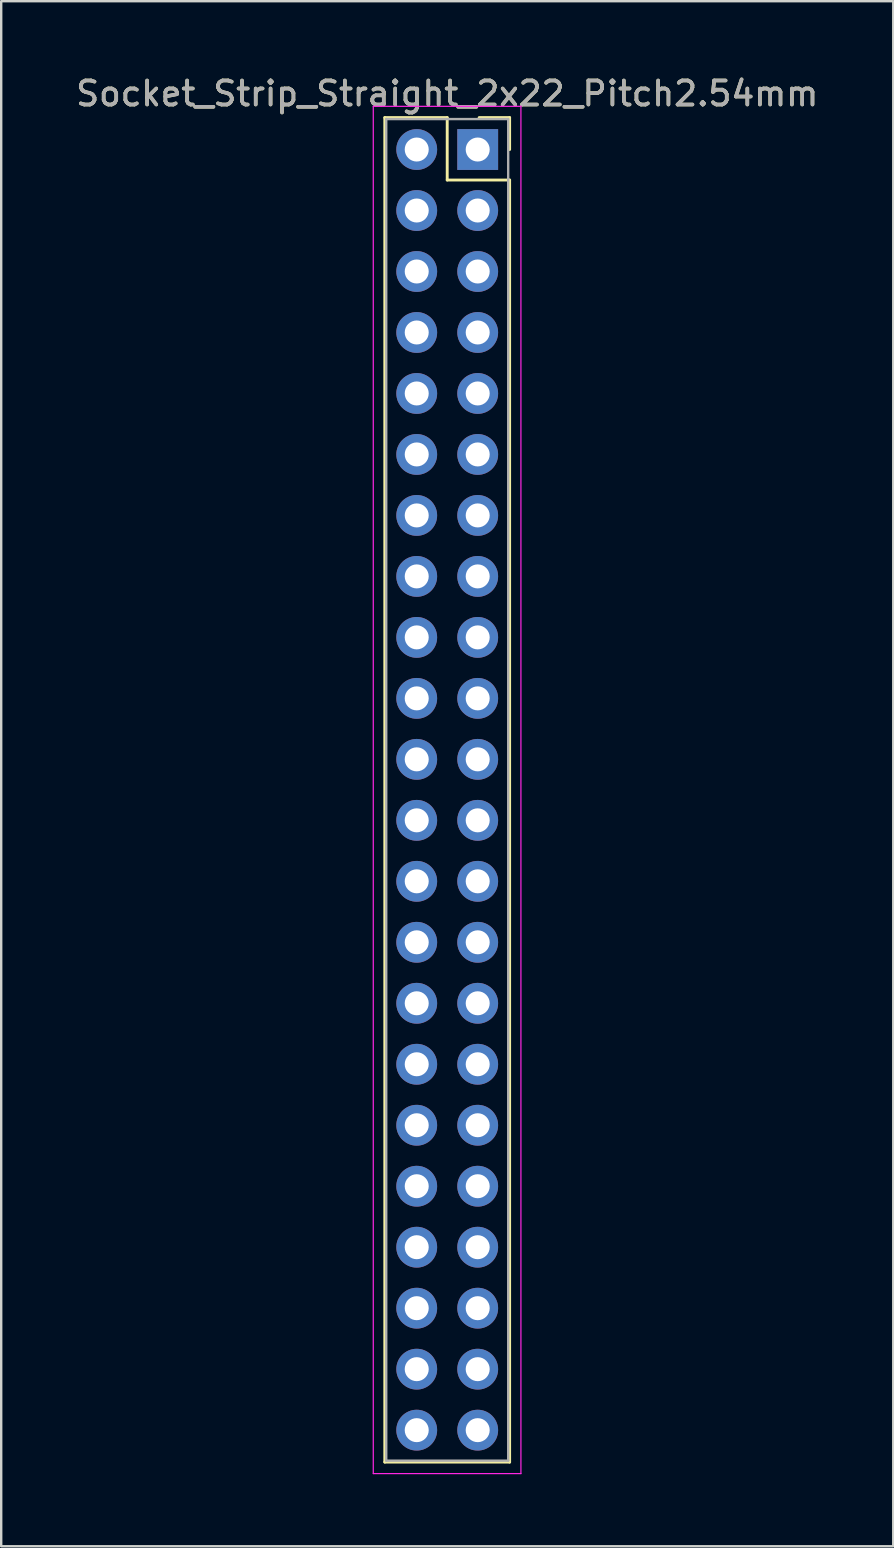
<source format=kicad_pcb>
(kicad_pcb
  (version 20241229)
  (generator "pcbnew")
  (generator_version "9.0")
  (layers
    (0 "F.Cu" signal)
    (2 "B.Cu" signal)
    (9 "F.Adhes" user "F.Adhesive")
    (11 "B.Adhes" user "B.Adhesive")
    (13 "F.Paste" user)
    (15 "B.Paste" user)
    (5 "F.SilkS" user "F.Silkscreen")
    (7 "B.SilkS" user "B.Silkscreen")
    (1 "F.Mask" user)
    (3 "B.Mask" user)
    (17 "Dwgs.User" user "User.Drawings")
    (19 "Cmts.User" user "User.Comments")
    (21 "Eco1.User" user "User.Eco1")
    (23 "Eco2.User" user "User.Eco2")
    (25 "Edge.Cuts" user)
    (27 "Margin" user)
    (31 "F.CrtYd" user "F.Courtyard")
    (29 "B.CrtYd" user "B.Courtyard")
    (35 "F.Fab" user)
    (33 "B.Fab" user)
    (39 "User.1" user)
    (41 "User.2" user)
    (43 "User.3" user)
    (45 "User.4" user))
  (footprint "Socket_Strip_Straight_2x22_Pitch2.54mm"
    (layer "F.Cu")
    (at 16.847 3.178)
    (property "Reference" "Socket_Strip_Straight_2x22_Pitch2.54mm" (at -1.27 -2.33 0) (layer "F.SilkS") (effects (font (size 1 1) (thickness 0.15))))
    (attr through_hole)
    (fp_line (start -3.87 -1.33) (end -1.27 -1.33) (stroke (width 0.12) (type solid)) (layer "F.SilkS"))
    (fp_line (start -3.87 54.67) (end -3.87 -1.33) (stroke (width 0.12) (type solid)) (layer "F.SilkS"))
    (fp_line (start -1.27 -1.33) (end -1.27 1.27) (stroke (width 0.12) (type solid)) (layer "F.SilkS"))
    (fp_line (start -1.27 1.27) (end 1.33 1.27) (stroke (width 0.12) (type solid)) (layer "F.SilkS"))
    (fp_line (start 1.33 -1.33) (end 0.06 -1.33) (stroke (width 0.12) (type solid)) (layer "F.SilkS"))
    (fp_line (start 1.33 0) (end 1.33 -1.33) (stroke (width 0.12) (type solid)) (layer "F.SilkS"))
    (fp_line (start 1.33 1.27) (end 1.33 54.67) (stroke (width 0.12) (type solid)) (layer "F.SilkS"))
    (fp_line (start 1.33 54.67) (end -3.87 54.67) (stroke (width 0.12) (type solid)) (layer "F.SilkS"))
    (fp_line (start -4.35 -1.8) (end -4.35 55.15) (stroke (width 0.05) (type solid)) (layer "F.CrtYd"))
    (fp_line (start -4.35 55.15) (end 1.8 55.15) (stroke (width 0.05) (type solid)) (layer "F.CrtYd"))
    (fp_line (start 1.8 -1.8) (end -4.35 -1.8) (stroke (width 0.05) (type solid)) (layer "F.CrtYd"))
    (fp_line (start 1.8 55.15) (end 1.8 -1.8) (stroke (width 0.05) (type solid)) (layer "F.CrtYd"))
    (fp_line (start -3.81 -1.27) (end -3.81 54.61) (stroke (width 0.1) (type solid)) (layer "F.Fab"))
    (fp_line (start -3.81 54.61) (end 1.27 54.61) (stroke (width 0.1) (type solid)) (layer "F.Fab"))
    (fp_line (start 1.27 -1.27) (end -3.81 -1.27) (stroke (width 0.1) (type solid)) (layer "F.Fab"))
    (fp_line (start 1.27 54.61) (end 1.27 -1.27) (stroke (width 0.1) (type solid)) (layer "F.Fab"))
    (fp_text user "${REFERENCE}" (at -1.27 -2.33 0) (layer "F.Fab") (effects (font (size 1 1) (thickness 0.15))))
    (pad "1" thru_hole rect (at 0 0) (size 1.7 1.7) (drill 1) (layers "*.Cu" "*.Mask"))
    (pad "2" thru_hole oval (at -2.54 0) (size 1.7 1.7) (drill 1) (layers "*.Cu" "*.Mask"))
    (pad "3" thru_hole oval (at 0 2.54) (size 1.7 1.7) (drill 1) (layers "*.Cu" "*.Mask"))
    (pad "4" thru_hole oval (at -2.54 2.54) (size 1.7 1.7) (drill 1) (layers "*.Cu" "*.Mask"))
    (pad "5" thru_hole oval (at 0 5.08) (size 1.7 1.7) (drill 1) (layers "*.Cu" "*.Mask"))
    (pad "6" thru_hole oval (at -2.54 5.08) (size 1.7 1.7) (drill 1) (layers "*.Cu" "*.Mask"))
    (pad "7" thru_hole oval (at 0 7.62) (size 1.7 1.7) (drill 1) (layers "*.Cu" "*.Mask"))
    (pad "8" thru_hole oval (at -2.54 7.62) (size 1.7 1.7) (drill 1) (layers "*.Cu" "*.Mask"))
    (pad "9" thru_hole oval (at 0 10.16) (size 1.7 1.7) (drill 1) (layers "*.Cu" "*.Mask"))
    (pad "10" thru_hole oval (at -2.54 10.16) (size 1.7 1.7) (drill 1) (layers "*.Cu" "*.Mask"))
    (pad "11" thru_hole oval (at 0 12.7) (size 1.7 1.7) (drill 1) (layers "*.Cu" "*.Mask"))
    (pad "12" thru_hole oval (at -2.54 12.7) (size 1.7 1.7) (drill 1) (layers "*.Cu" "*.Mask"))
    (pad "13" thru_hole oval (at 0 15.24) (size 1.7 1.7) (drill 1) (layers "*.Cu" "*.Mask"))
    (pad "14" thru_hole oval (at -2.54 15.24) (size 1.7 1.7) (drill 1) (layers "*.Cu" "*.Mask"))
    (pad "15" thru_hole oval (at 0 17.78) (size 1.7 1.7) (drill 1) (layers "*.Cu" "*.Mask"))
    (pad "16" thru_hole oval (at -2.54 17.78) (size 1.7 1.7) (drill 1) (layers "*.Cu" "*.Mask"))
    (pad "17" thru_hole oval (at 0 20.32) (size 1.7 1.7) (drill 1) (layers "*.Cu" "*.Mask"))
    (pad "18" thru_hole oval (at -2.54 20.32) (size 1.7 1.7) (drill 1) (layers "*.Cu" "*.Mask"))
    (pad "19" thru_hole oval (at 0 22.86) (size 1.7 1.7) (drill 1) (layers "*.Cu" "*.Mask"))
    (pad "20" thru_hole oval (at -2.54 22.86) (size 1.7 1.7) (drill 1) (layers "*.Cu" "*.Mask"))
    (pad "21" thru_hole oval (at 0 25.4) (size 1.7 1.7) (drill 1) (layers "*.Cu" "*.Mask"))
    (pad "22" thru_hole oval (at -2.54 25.4) (size 1.7 1.7) (drill 1) (layers "*.Cu" "*.Mask"))
    (pad "23" thru_hole oval (at 0 27.94) (size 1.7 1.7) (drill 1) (layers "*.Cu" "*.Mask"))
    (pad "24" thru_hole oval (at -2.54 27.94) (size 1.7 1.7) (drill 1) (layers "*.Cu" "*.Mask"))
    (pad "25" thru_hole oval (at 0 30.48) (size 1.7 1.7) (drill 1) (layers "*.Cu" "*.Mask"))
    (pad "26" thru_hole oval (at -2.54 30.48) (size 1.7 1.7) (drill 1) (layers "*.Cu" "*.Mask"))
    (pad "27" thru_hole oval (at 0 33.02) (size 1.7 1.7) (drill 1) (layers "*.Cu" "*.Mask"))
    (pad "28" thru_hole oval (at -2.54 33.02) (size 1.7 1.7) (drill 1) (layers "*.Cu" "*.Mask"))
    (pad "29" thru_hole oval (at 0 35.56) (size 1.7 1.7) (drill 1) (layers "*.Cu" "*.Mask"))
    (pad "30" thru_hole oval (at -2.54 35.56) (size 1.7 1.7) (drill 1) (layers "*.Cu" "*.Mask"))
    (pad "31" thru_hole oval (at 0 38.1) (size 1.7 1.7) (drill 1) (layers "*.Cu" "*.Mask"))
    (pad "32" thru_hole oval (at -2.54 38.1) (size 1.7 1.7) (drill 1) (layers "*.Cu" "*.Mask"))
    (pad "33" thru_hole oval (at 0 40.64) (size 1.7 1.7) (drill 1) (layers "*.Cu" "*.Mask"))
    (pad "34" thru_hole oval (at -2.54 40.64) (size 1.7 1.7) (drill 1) (layers "*.Cu" "*.Mask"))
    (pad "35" thru_hole oval (at 0 43.18) (size 1.7 1.7) (drill 1) (layers "*.Cu" "*.Mask"))
    (pad "36" thru_hole oval (at -2.54 43.18) (size 1.7 1.7) (drill 1) (layers "*.Cu" "*.Mask"))
    (pad "37" thru_hole oval (at 0 45.72) (size 1.7 1.7) (drill 1) (layers "*.Cu" "*.Mask"))
    (pad "38" thru_hole oval (at -2.54 45.72) (size 1.7 1.7) (drill 1) (layers "*.Cu" "*.Mask"))
    (pad "39" thru_hole oval (at 0 48.26) (size 1.7 1.7) (drill 1) (layers "*.Cu" "*.Mask"))
    (pad "40" thru_hole oval (at -2.54 48.26) (size 1.7 1.7) (drill 1) (layers "*.Cu" "*.Mask"))
    (pad "41" thru_hole oval (at 0 50.8) (size 1.7 1.7) (drill 1) (layers "*.Cu" "*.Mask"))
    (pad "42" thru_hole oval (at -2.54 50.8) (size 1.7 1.7) (drill 1) (layers "*.Cu" "*.Mask"))
    (pad "43" thru_hole oval (at 0 53.34) (size 1.7 1.7) (drill 1) (layers "*.Cu" "*.Mask"))
    (pad "44" thru_hole oval (at -2.54 53.34) (size 1.7 1.7) (drill 1) (layers "*.Cu" "*.Mask")))
  (gr_rect
    (start -3 -3)
    (end 34.155 61.353)
    (stroke (width 0.1) (type default))
    (fill no)
    (layer "Edge.Cuts")))
</source>
